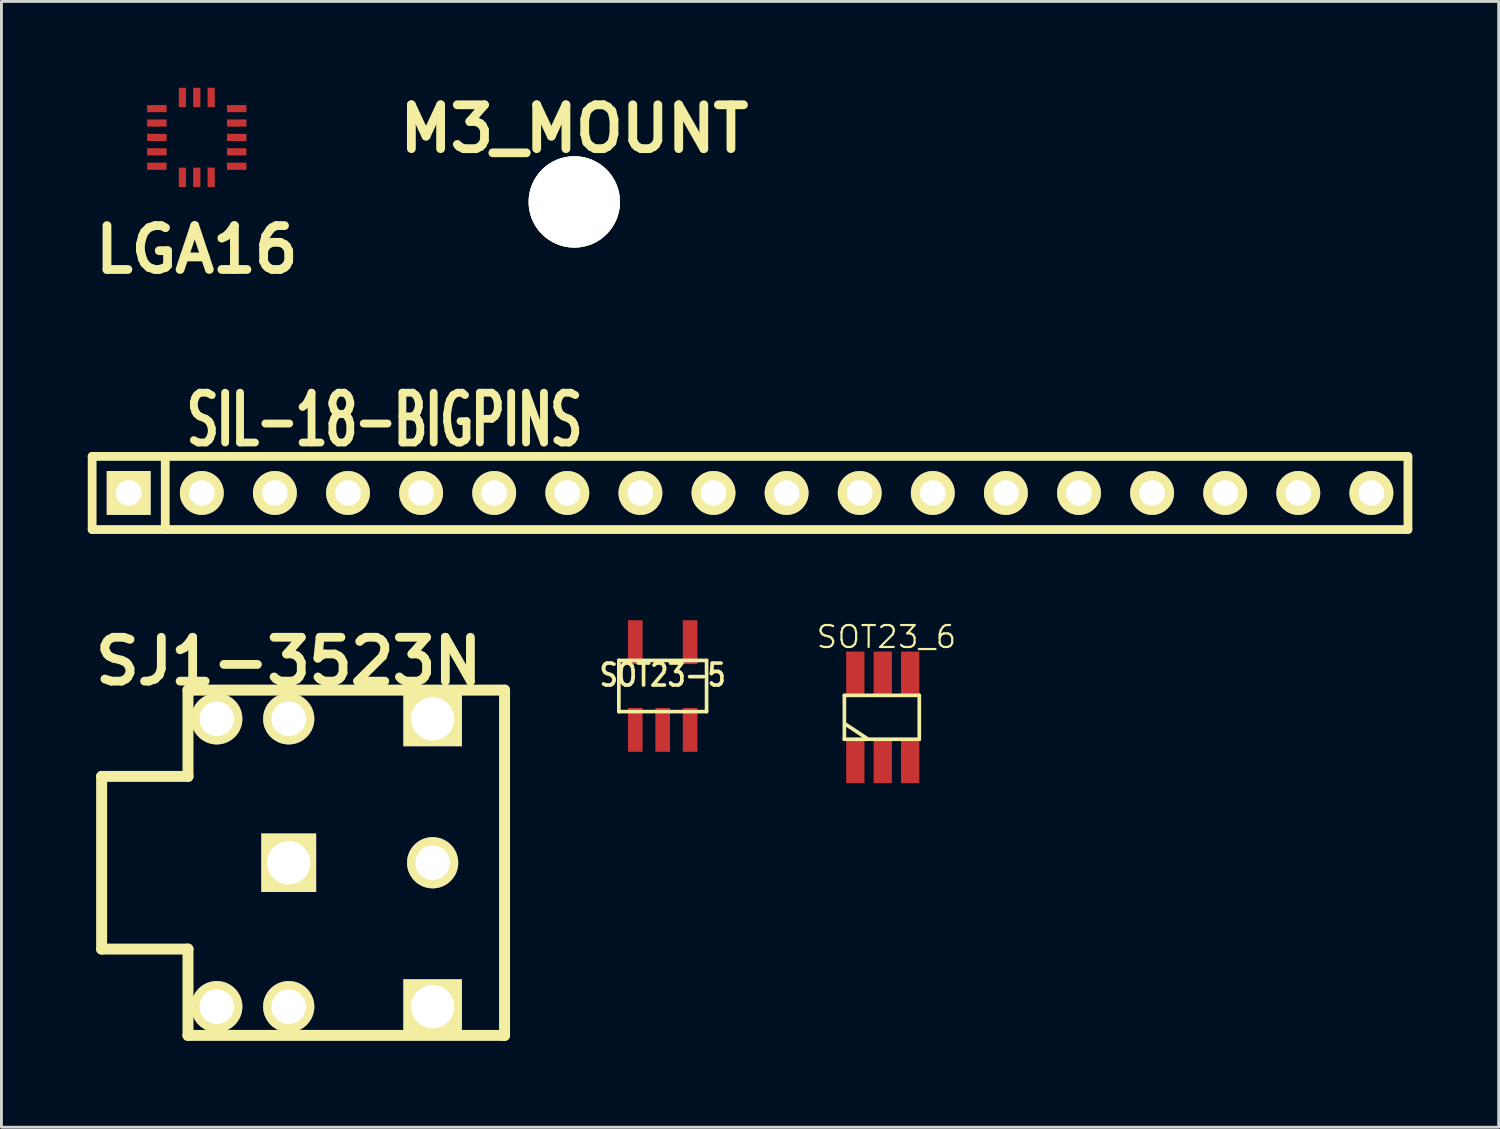
<source format=kicad_pcb>
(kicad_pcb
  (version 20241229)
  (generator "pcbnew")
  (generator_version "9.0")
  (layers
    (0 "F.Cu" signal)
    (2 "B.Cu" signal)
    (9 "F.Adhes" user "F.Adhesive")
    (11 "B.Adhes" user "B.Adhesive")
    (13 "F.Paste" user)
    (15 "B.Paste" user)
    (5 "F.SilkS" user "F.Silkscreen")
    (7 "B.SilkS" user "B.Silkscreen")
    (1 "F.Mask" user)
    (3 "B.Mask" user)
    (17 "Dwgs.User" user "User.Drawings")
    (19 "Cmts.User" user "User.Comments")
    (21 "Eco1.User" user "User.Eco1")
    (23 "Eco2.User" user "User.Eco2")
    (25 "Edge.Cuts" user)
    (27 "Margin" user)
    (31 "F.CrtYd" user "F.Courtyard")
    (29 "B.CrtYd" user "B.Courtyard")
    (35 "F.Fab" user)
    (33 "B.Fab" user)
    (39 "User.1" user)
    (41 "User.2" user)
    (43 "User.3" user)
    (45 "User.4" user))
  (footprint "M3_MOUNT"
    (layer "F.Cu")
    (at 16.905 3.966)
    (property "Reference" "M3_MOUNT" (at 0 -2.54 0) (layer "F.SilkS") (effects (font (size 1.524 1.524) (thickness 0.305))))
    (attr through_hole)
    (pad "" thru_hole circle (at 0 0) (size 3.175 3.175) (drill 3.175) (layers "*.Cu" "*.Mask" "F.SilkS")))
  (footprint "LGA16"
    (layer "F.Cu")
    (at 3.788 1.725)
    (property "Reference" "LGA16" (at 0 3.899 0) (layer "F.SilkS") (effects (font (size 1.524 1.524) (thickness 0.305))))
    (attr through_hole)
    (pad "1" smd rect (at 1.387 1.001 90) (size 0.249 0.676) (layers "F.Cu" "F.Mask" "F.Paste"))
    (pad "2" smd rect (at 1.387 0.5 90) (size 0.249 0.676) (layers "F.Cu" "F.Mask" "F.Paste"))
    (pad "3" smd rect (at 1.387 0 90) (size 0.249 0.676) (layers "F.Cu" "F.Mask" "F.Paste"))
    (pad "4" smd rect (at 1.387 -0.5 90) (size 0.249 0.676) (layers "F.Cu" "F.Mask" "F.Paste"))
    (pad "5" smd rect (at 1.387 -1.001 90) (size 0.249 0.676) (layers "F.Cu" "F.Mask" "F.Paste"))
    (pad "6" smd rect (at 0.5 -1.387) (size 0.249 0.676) (layers "F.Cu" "F.Mask" "F.Paste"))
    (pad "7" smd rect (at 0 -1.387) (size 0.249 0.676) (layers "F.Cu" "F.Mask" "F.Paste"))
    (pad "8" smd rect (at -0.5 -1.387) (size 0.249 0.676) (layers "F.Cu" "F.Mask" "F.Paste"))
    (pad "9" smd rect (at -1.387 -1.001 90) (size 0.249 0.676) (layers "F.Cu" "F.Mask" "F.Paste"))
    (pad "10" smd rect (at -1.387 -0.5 90) (size 0.249 0.676) (layers "F.Cu" "F.Mask" "F.Paste"))
    (pad "11" smd rect (at -1.387 0 90) (size 0.249 0.676) (layers "F.Cu" "F.Mask" "F.Paste"))
    (pad "12" smd rect (at -1.387 0.5 90) (size 0.249 0.676) (layers "F.Cu" "F.Mask" "F.Paste"))
    (pad "13" smd rect (at -1.387 1.001 90) (size 0.249 0.676) (layers "F.Cu" "F.Mask" "F.Paste"))
    (pad "14" smd rect (at -0.5 1.387) (size 0.249 0.676) (layers "F.Cu" "F.Mask" "F.Paste"))
    (pad "15" smd rect (at 0 1.387) (size 0.249 0.676) (layers "F.Cu" "F.Mask" "F.Paste"))
    (pad "16" smd rect (at 0.5 1.387) (size 0.249 0.676) (layers "F.Cu" "F.Mask" "F.Paste")))
  (footprint "SOT23_6"
    (layer "F.Cu")
    (at 27.623 21.875)
    (property "Reference" "SOT23_6" (at 0.127 -2.794 0) (layer "F.SilkS") (effects (font (size 0.762 0.762) (thickness 0.076))))
    (attr through_hole)
    (fp_line (start -1.333 -0.762) (end 1.27 -0.762) (stroke (width 0.127) (type solid)) (layer "F.SilkS"))
    (fp_line (start -1.333 0.762) (end -1.333 -0.762) (stroke (width 0.127) (type solid)) (layer "F.SilkS"))
    (fp_line (start -0.508 0.762) (end -1.27 0.254) (stroke (width 0.127) (type solid)) (layer "F.SilkS"))
    (fp_line (start 1.27 -0.762) (end 1.27 0.762) (stroke (width 0.127) (type solid)) (layer "F.SilkS"))
    (fp_line (start 1.27 0.762) (end -1.333 0.762) (stroke (width 0.127) (type solid)) (layer "F.SilkS"))
    (pad "1" smd rect (at -0.953 1.524) (size 0.635 1.524) (layers "F.Cu" "F.Mask" "F.Paste"))
    (pad "2" smd rect (at 0 1.524) (size 0.635 1.524) (layers "F.Cu" "F.Mask" "F.Paste"))
    (pad "3" smd rect (at 0.953 1.524) (size 0.635 1.524) (layers "F.Cu" "F.Mask" "F.Paste"))
    (pad "4" smd rect (at 0.953 -1.524) (size 0.635 1.524) (layers "F.Cu" "F.Mask" "F.Paste"))
    (pad "5" smd rect (at 0 -1.524) (size 0.635 1.524) (layers "F.Cu" "F.Mask" "F.Paste"))
    (pad "6" smd rect (at -0.953 -1.524) (size 0.635 1.524) (layers "F.Cu" "F.Mask" "F.Paste")))
  (footprint "SIL-18-BIGPINS"
    (layer "F.Cu")
    (at 23.012 14.079)
    (property "Reference" "SIL-18-BIGPINS" (at -12.7 -2.54 0) (layer "F.SilkS") (effects (font (size 1.73 1.087) (thickness 0.272))))
    (attr through_hole)
    (fp_line (start -22.86 -1.27) (end 22.86 -1.27) (stroke (width 0.305) (type solid)) (layer "F.SilkS"))
    (fp_line (start -22.86 1.27) (end -22.86 -1.27) (stroke (width 0.305) (type solid)) (layer "F.SilkS"))
    (fp_line (start -20.32 -1.27) (end -20.32 1.27) (stroke (width 0.305) (type solid)) (layer "F.SilkS"))
    (fp_line (start 22.86 -1.27) (end 22.86 1.27) (stroke (width 0.305) (type solid)) (layer "F.SilkS"))
    (fp_line (start 22.86 1.27) (end -22.86 1.27) (stroke (width 0.305) (type solid)) (layer "F.SilkS"))
    (pad "1" thru_hole rect (at -21.59 0) (size 1.524 1.524) (drill 0.889) (layers "*.Cu" "*.Mask" "F.SilkS"))
    (pad "2" thru_hole circle (at -19.05 0) (size 1.524 1.524) (drill 0.889) (layers "*.Cu" "*.Mask" "F.SilkS"))
    (pad "3" thru_hole circle (at -16.51 0) (size 1.524 1.524) (drill 0.889) (layers "*.Cu" "*.Mask" "F.SilkS"))
    (pad "4" thru_hole circle (at -13.97 0) (size 1.524 1.524) (drill 0.889) (layers "*.Cu" "*.Mask" "F.SilkS"))
    (pad "5" thru_hole circle (at -11.43 0) (size 1.524 1.524) (drill 0.889) (layers "*.Cu" "*.Mask" "F.SilkS"))
    (pad "6" thru_hole circle (at -8.89 0) (size 1.524 1.524) (drill 0.889) (layers "*.Cu" "*.Mask" "F.SilkS"))
    (pad "7" thru_hole circle (at -6.35 0) (size 1.524 1.524) (drill 0.889) (layers "*.Cu" "*.Mask" "F.SilkS"))
    (pad "8" thru_hole circle (at -3.81 0) (size 1.524 1.524) (drill 0.889) (layers "*.Cu" "*.Mask" "F.SilkS"))
    (pad "9" thru_hole circle (at -1.27 0) (size 1.524 1.524) (drill 0.889) (layers "*.Cu" "*.Mask" "F.SilkS"))
    (pad "10" thru_hole circle (at 1.27 0) (size 1.524 1.524) (drill 0.889) (layers "*.Cu" "*.Mask" "F.SilkS"))
    (pad "11" thru_hole circle (at 3.81 0) (size 1.524 1.524) (drill 0.889) (layers "*.Cu" "*.Mask" "F.SilkS"))
    (pad "12" thru_hole circle (at 6.35 0) (size 1.524 1.524) (drill 0.889) (layers "*.Cu" "*.Mask" "F.SilkS"))
    (pad "13" thru_hole circle (at 8.89 0) (size 1.524 1.524) (drill 0.889) (layers "*.Cu" "*.Mask" "F.SilkS"))
    (pad "14" thru_hole circle (at 11.43 0) (size 1.524 1.524) (drill 0.889) (layers "*.Cu" "*.Mask" "F.SilkS"))
    (pad "15" thru_hole circle (at 13.97 0) (size 1.524 1.524) (drill 0.889) (layers "*.Cu" "*.Mask" "F.SilkS"))
    (pad "16" thru_hole circle (at 16.51 0) (size 1.524 1.524) (drill 0.889) (layers "*.Cu" "*.Mask" "F.SilkS"))
    (pad "17" thru_hole circle (at 19.05 0) (size 1.524 1.524) (drill 0.889) (layers "*.Cu" "*.Mask" "F.SilkS"))
    (pad "18" thru_hole circle (at 21.59 0) (size 1.524 1.524) (drill 0.889) (layers "*.Cu" "*.Mask" "F.SilkS")))
  (footprint "SJ1-3523N"
    (layer "F.Cu")
    (at 0.482 26.928)
    (property "Reference" "SJ1-3523N" (at 6.5 -7 0) (layer "F.SilkS") (effects (font (size 1.524 1.524) (thickness 0.305))))
    (attr through_hole)
    (fp_line (start 0 -3) (end 3 -3) (stroke (width 0.381) (type solid)) (layer "F.SilkS"))
    (fp_line (start 0 3) (end 0 -3) (stroke (width 0.381) (type solid)) (layer "F.SilkS"))
    (fp_line (start 3 -5.999) (end 14 -5.999) (stroke (width 0.381) (type solid)) (layer "F.SilkS"))
    (fp_line (start 3 -3) (end 3 -5.999) (stroke (width 0.381) (type solid)) (layer "F.SilkS"))
    (fp_line (start 3 3) (end 0 3) (stroke (width 0.381) (type solid)) (layer "F.SilkS"))
    (fp_line (start 3 5.999) (end 3 3) (stroke (width 0.381) (type solid)) (layer "F.SilkS"))
    (fp_line (start 14 -5.999) (end 14 5.999) (stroke (width 0.381) (type solid)) (layer "F.SilkS"))
    (fp_line (start 14 5.999) (end 3 5.999) (stroke (width 0.381) (type solid)) (layer "F.SilkS"))
    (pad "0" thru_hole circle (at 4 -5.001 90) (size 1.778 1.778) (drill 1.199) (layers "*.Cu" "*.Mask" "F.SilkS"))
    (pad "0" thru_hole circle (at 4 5.001 90) (size 1.778 1.778) (drill 1.199) (layers "*.Cu" "*.Mask" "F.SilkS"))
    (pad "0" thru_hole circle (at 6.5 -5.001 90) (size 1.778 1.778) (drill 1.199) (layers "*.Cu" "*.Mask" "F.SilkS"))
    (pad "0" thru_hole circle (at 6.5 5.001) (size 1.778 1.778) (drill 1.199) (layers "*.Cu" "*.Mask" "F.SilkS"))
    (pad "0" thru_hole circle (at 11.501 0 90) (size 1.778 1.778) (drill 1.199) (layers "*.Cu" "*.Mask" "F.SilkS"))
    (pad "1" thru_hole rect (at 6.5 0 90) (size 2.032 1.905) (drill 1.501) (layers "*.Cu" "*.Mask" "F.SilkS"))
    (pad "2" thru_hole rect (at 11.501 5.001) (size 2.032 1.905) (drill 1.501) (layers "*.Cu" "*.Mask" "F.SilkS"))
    (pad "3" thru_hole rect (at 11.501 -5.001) (size 2.032 1.905) (drill 1.501) (layers "*.Cu" "*.Mask" "F.SilkS")))
  (footprint "SOT23-5"
    (layer "F.Cu")
    (at 19.977 20.787)
    (property "Reference" "SOT23-5" (at 0 -0.381 0) (layer "F.SilkS") (effects (font (size 0.762 0.635) (thickness 0.127))))
    (attr smd)
    (fp_line (start -1.524 -0.889) (end 1.524 -0.889) (stroke (width 0.127) (type solid)) (layer "F.SilkS"))
    (fp_line (start -1.524 0.889) (end -1.524 -0.889) (stroke (width 0.127) (type solid)) (layer "F.SilkS"))
    (fp_line (start 1.524 -0.889) (end 1.524 0.889) (stroke (width 0.127) (type solid)) (layer "F.SilkS"))
    (fp_line (start 1.524 0.889) (end -1.524 0.889) (stroke (width 0.127) (type solid)) (layer "F.SilkS"))
    (pad "1" smd rect (at -0.953 1.524) (size 0.508 1.524) (layers "F.Cu" "F.Mask" "F.Paste"))
    (pad "2" smd rect (at 0 1.524) (size 0.508 1.524) (layers "F.Cu" "F.Mask" "F.Paste"))
    (pad "3" smd rect (at 0.953 1.524) (size 0.508 1.524) (layers "F.Cu" "F.Mask" "F.Paste"))
    (pad "4" smd rect (at 0.953 -1.524) (size 0.508 1.524) (layers "F.Cu" "F.Mask" "F.Paste"))
    (pad "5" smd rect (at -0.953 -1.524) (size 0.508 1.524) (layers "F.Cu" "F.Mask" "F.Paste")))
  (gr_rect
    (start -3 -3)
    (end 49.025 36.118)
    (stroke (width 0.1) (type default))
    (fill no)
    (layer "Edge.Cuts")))
</source>
